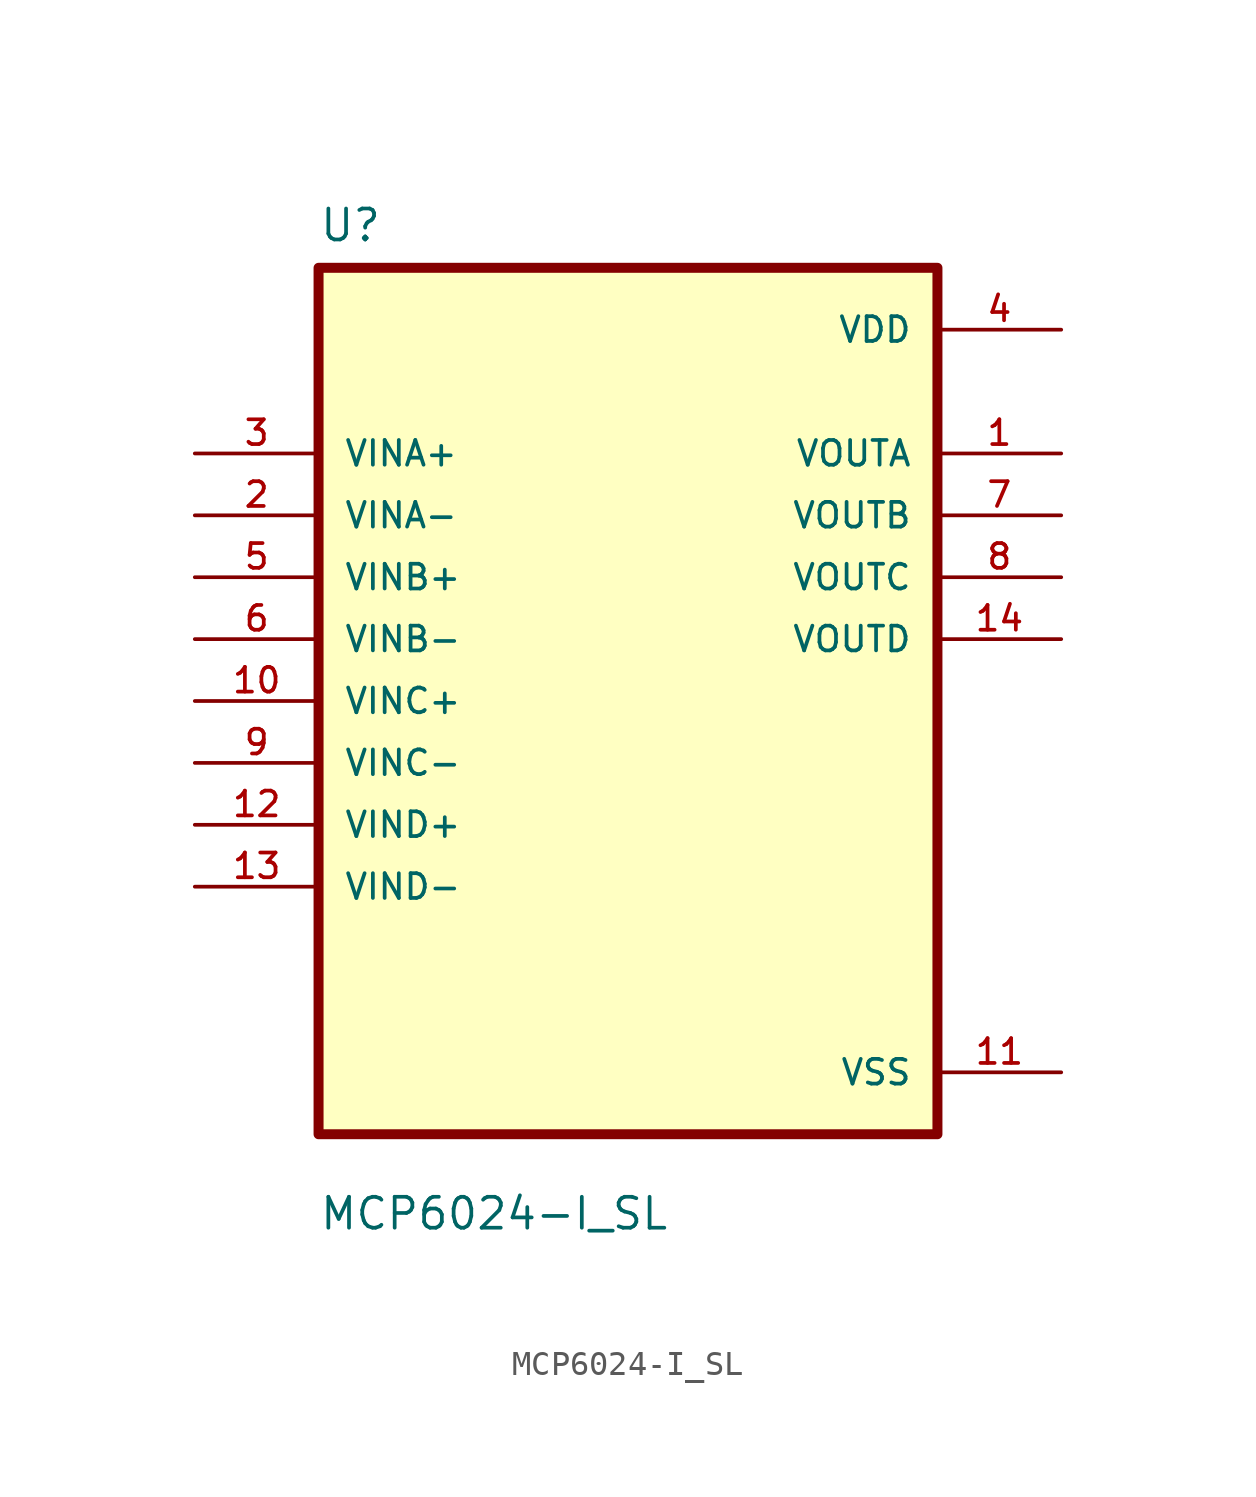
<source format=kicad_sym>
(kicad_symbol_lib
  (version 20220914)
  (generator kicad_symbol_editor)
  (symbol "MCP6024-I_SL"
    (pin_names
      (offset 1.016))
    (property "Reference" "U"
      (at -12.7 18.78 0)
      (effects (font (size 1.27 1.27)) (justify left bottom)))
    (property "Value" "MCP6024-I_SL"
      (at -12.7 -21.78 0)
      (effects (font (size 1.27 1.27)) (justify left bottom)))
    (symbol "MCP6024-I_SL_0_0"
      (rectangle (start -12.7 17.78) (end 12.7 -17.78) (stroke (width 0.41) (type default)) (fill (type background)))
      (pin output line (at 17.78 10.16 180) (length 5.08) (name "VOUTA" (effects (font (size 1.016 1.016)))) (number "1" (effects (font (size 1.016 1.016)))))
      (pin input line (at -17.78 0 0) (length 5.08) (name "VINC+" (effects (font (size 1.016 1.016)))) (number "10" (effects (font (size 1.016 1.016)))))
      (pin power_in line (at 17.78 -15.24 180) (length 5.08) (name "VSS" (effects (font (size 1.016 1.016)))) (number "11" (effects (font (size 1.016 1.016)))))
      (pin input line (at -17.78 -5.08 0) (length 5.08) (name "VIND+" (effects (font (size 1.016 1.016)))) (number "12" (effects (font (size 1.016 1.016)))))
      (pin input line (at -17.78 -7.62 0) (length 5.08) (name "VIND-" (effects (font (size 1.016 1.016)))) (number "13" (effects (font (size 1.016 1.016)))))
      (pin output line (at 17.78 2.54 180) (length 5.08) (name "VOUTD" (effects (font (size 1.016 1.016)))) (number "14" (effects (font (size 1.016 1.016)))))
      (pin input line (at -17.78 7.62 0) (length 5.08) (name "VINA-" (effects (font (size 1.016 1.016)))) (number "2" (effects (font (size 1.016 1.016)))))
      (pin input line (at -17.78 10.16 0) (length 5.08) (name "VINA+" (effects (font (size 1.016 1.016)))) (number "3" (effects (font (size 1.016 1.016)))))
      (pin power_in line (at 17.78 15.24 180) (length 5.08) (name "VDD" (effects (font (size 1.016 1.016)))) (number "4" (effects (font (size 1.016 1.016)))))
      (pin input line (at -17.78 5.08 0) (length 5.08) (name "VINB+" (effects (font (size 1.016 1.016)))) (number "5" (effects (font (size 1.016 1.016)))))
      (pin input line (at -17.78 2.54 0) (length 5.08) (name "VINB-" (effects (font (size 1.016 1.016)))) (number "6" (effects (font (size 1.016 1.016)))))
      (pin output line (at 17.78 7.62 180) (length 5.08) (name "VOUTB" (effects (font (size 1.016 1.016)))) (number "7" (effects (font (size 1.016 1.016)))))
      (pin output line (at 17.78 5.08 180) (length 5.08) (name "VOUTC" (effects (font (size 1.016 1.016)))) (number "8" (effects (font (size 1.016 1.016)))))
      (pin input line (at -17.78 -2.54 0) (length 5.08) (name "VINC-" (effects (font (size 1.016 1.016)))) (number "9" (effects (font (size 1.016 1.016))))))))
</source>
